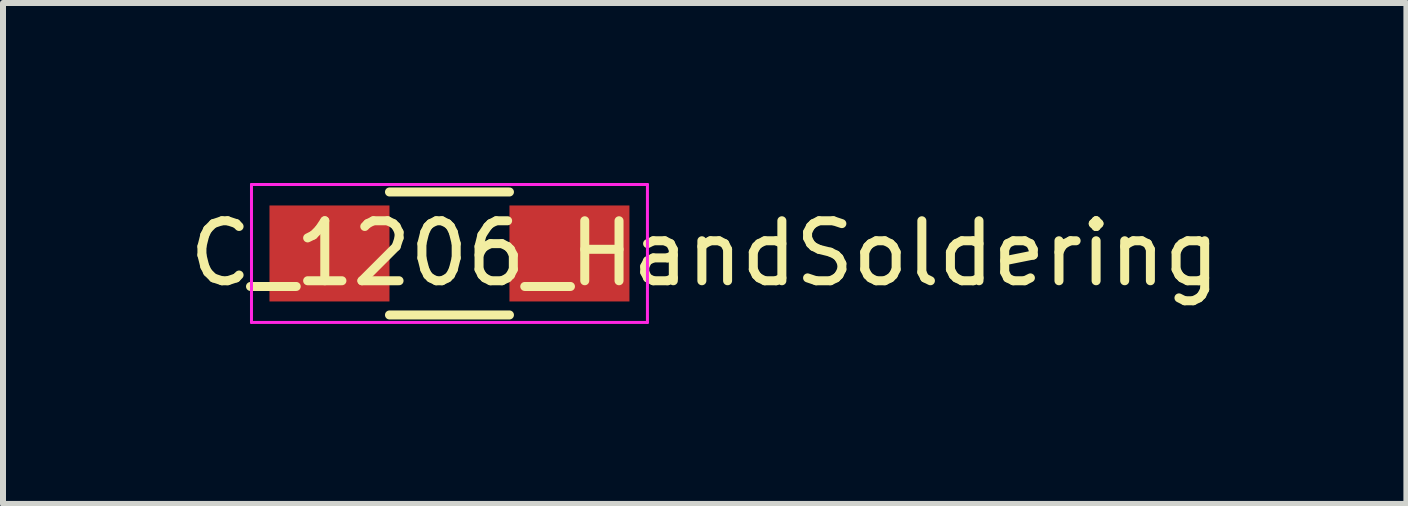
<source format=kicad_pcb>
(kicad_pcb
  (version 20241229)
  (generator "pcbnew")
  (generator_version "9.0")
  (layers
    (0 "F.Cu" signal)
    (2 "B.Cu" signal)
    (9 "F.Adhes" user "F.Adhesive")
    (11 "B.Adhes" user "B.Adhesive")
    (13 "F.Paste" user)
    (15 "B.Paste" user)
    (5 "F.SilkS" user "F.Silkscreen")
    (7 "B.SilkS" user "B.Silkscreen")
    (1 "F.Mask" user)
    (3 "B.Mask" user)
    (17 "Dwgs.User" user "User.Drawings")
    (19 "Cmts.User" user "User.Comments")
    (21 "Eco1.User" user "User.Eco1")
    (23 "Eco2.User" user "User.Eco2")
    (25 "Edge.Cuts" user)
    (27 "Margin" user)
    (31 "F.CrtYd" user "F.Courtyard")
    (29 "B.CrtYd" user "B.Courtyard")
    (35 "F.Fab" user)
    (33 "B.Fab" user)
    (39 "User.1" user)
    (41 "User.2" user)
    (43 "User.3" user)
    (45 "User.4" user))
  (footprint "C_1206_HandSoldering"
    (layer "F.Cu")
    (at 4.442 1.175)
    (property "Reference" "C_1206_HandSoldering" (at 4.255 0 0) (layer "F.SilkS") (effects (font (size 1 1) (thickness 0.15))))
    (attr through_hole)
    (fp_line (start -1 -1.025) (end 1 -1.025) (stroke (width 0.15) (type solid)) (layer "F.SilkS"))
    (fp_line (start 1 1.025) (end -1 1.025) (stroke (width 0.15) (type solid)) (layer "F.SilkS"))
    (fp_line (start -3.3 -1.15) (end 3.3 -1.15) (stroke (width 0.05) (type solid)) (layer "F.CrtYd"))
    (fp_line (start -3.3 1.15) (end -3.3 -1.15) (stroke (width 0.05) (type solid)) (layer "F.CrtYd"))
    (fp_line (start 3.3 -1.15) (end 3.3 1.15) (stroke (width 0.05) (type solid)) (layer "F.CrtYd"))
    (fp_line (start 3.3 1.15) (end -3.3 1.15) (stroke (width 0.05) (type solid)) (layer "F.CrtYd"))
    (pad "1" smd rect (at -2 0) (size 2 1.6) (layers "F.Cu" "F.Mask" "F.Paste"))
    (pad "2" smd rect (at 2 0) (size 2 1.6) (layers "F.Cu" "F.Mask" "F.Paste")))
  (gr_rect
    (start -3 -3)
    (end 20.393 5.35)
    (stroke (width 0.1) (type default))
    (fill no)
    (layer "Edge.Cuts")))
</source>
